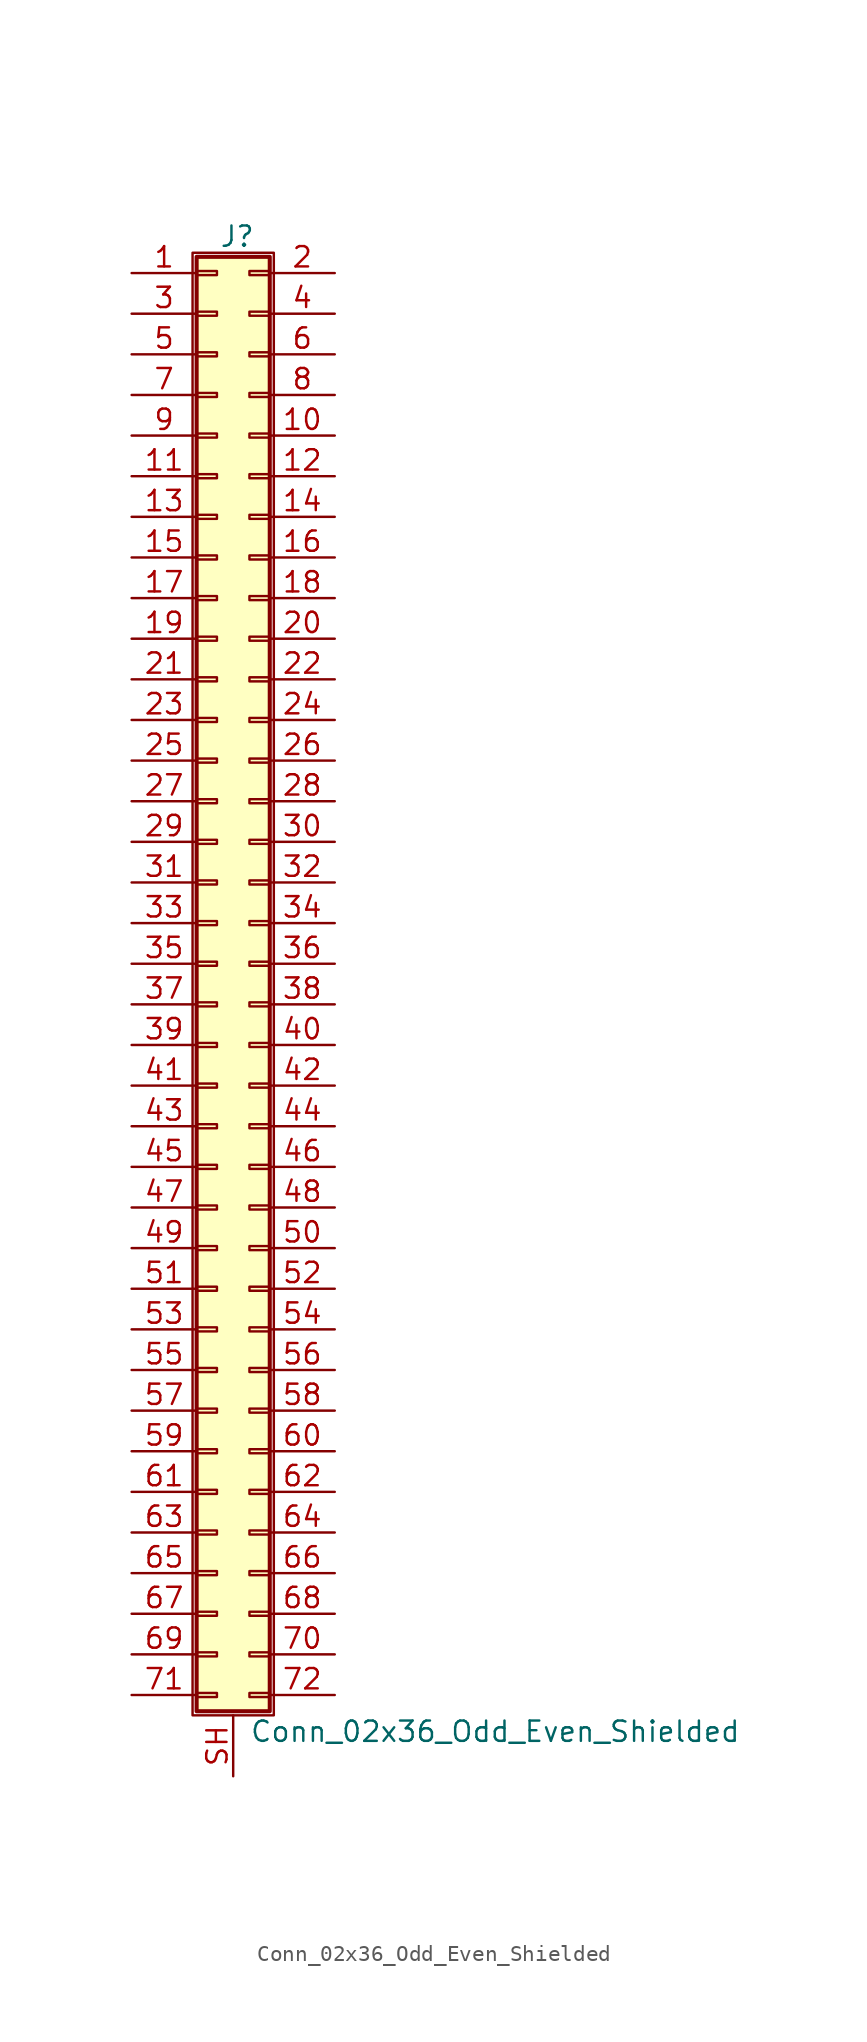
<source format=kicad_sym>
(kicad_symbol_lib
  (version 20201005)
  (generator kicad_symbol_editor)
  (symbol "Conn_02x36_Odd_Even_Shielded"
    (pin_names
      (offset 1.016) hide)
    (property "Reference" "J"
      (at 1.524 45.466 0)
      (effects (font (size 1.27 1.27))))
    (property "Value" "Conn_02x36_Odd_Even_Shielded"
      (at 2.286 -48.006 0)
      (effects (font (size 1.27 1.27)) (justify left)))
    (symbol "Conn_02x36_Odd_Even_Shielded_1_1"
      (rectangle (start -1.27 44.45) (end 3.81 -46.99) (stroke (width 0.152)) (fill (type none)))
      (rectangle (start -1.016 -45.593) (end 0.254 -45.847) (stroke (width 0.152)) (fill (type none)))
      (rectangle (start -1.016 -43.053) (end 0.254 -43.307) (stroke (width 0.152)) (fill (type none)))
      (rectangle (start -1.016 -40.513) (end 0.254 -40.767) (stroke (width 0.152)) (fill (type none)))
      (rectangle (start -1.016 -37.973) (end 0.254 -38.227) (stroke (width 0.152)) (fill (type none)))
      (rectangle (start -1.016 -35.433) (end 0.254 -35.687) (stroke (width 0.152)) (fill (type none)))
      (rectangle (start -1.016 -32.893) (end 0.254 -33.147) (stroke (width 0.152)) (fill (type none)))
      (rectangle (start -1.016 -30.353) (end 0.254 -30.607) (stroke (width 0.152)) (fill (type none)))
      (rectangle (start -1.016 -27.813) (end 0.254 -28.067) (stroke (width 0.152)) (fill (type none)))
      (rectangle (start -1.016 -25.273) (end 0.254 -25.527) (stroke (width 0.152)) (fill (type none)))
      (rectangle (start -1.016 -22.733) (end 0.254 -22.987) (stroke (width 0.152)) (fill (type none)))
      (rectangle (start -1.016 -20.193) (end 0.254 -20.447) (stroke (width 0.152)) (fill (type none)))
      (rectangle (start -1.016 -17.653) (end 0.254 -17.907) (stroke (width 0.152)) (fill (type none)))
      (rectangle (start -1.016 -15.113) (end 0.254 -15.367) (stroke (width 0.152)) (fill (type none)))
      (rectangle (start -1.016 -12.573) (end 0.254 -12.827) (stroke (width 0.152)) (fill (type none)))
      (rectangle (start -1.016 -10.033) (end 0.254 -10.287) (stroke (width 0.152)) (fill (type none)))
      (rectangle (start -1.016 -7.493) (end 0.254 -7.747) (stroke (width 0.152)) (fill (type none)))
      (rectangle (start -1.016 -4.953) (end 0.254 -5.207) (stroke (width 0.152)) (fill (type none)))
      (rectangle (start -1.016 -2.413) (end 0.254 -2.667) (stroke (width 0.152)) (fill (type none)))
      (rectangle (start -1.016 0.127) (end 0.254 -0.127) (stroke (width 0.152)) (fill (type none)))
      (rectangle (start -1.016 2.667) (end 0.254 2.413) (stroke (width 0.152)) (fill (type none)))
      (rectangle (start -1.016 5.207) (end 0.254 4.953) (stroke (width 0.152)) (fill (type none)))
      (rectangle (start -1.016 7.747) (end 0.254 7.493) (stroke (width 0.152)) (fill (type none)))
      (rectangle (start -1.016 10.287) (end 0.254 10.033) (stroke (width 0.152)) (fill (type none)))
      (rectangle (start -1.016 12.827) (end 0.254 12.573) (stroke (width 0.152)) (fill (type none)))
      (rectangle (start -1.016 15.367) (end 0.254 15.113) (stroke (width 0.152)) (fill (type none)))
      (rectangle (start -1.016 17.907) (end 0.254 17.653) (stroke (width 0.152)) (fill (type none)))
      (rectangle (start -1.016 20.447) (end 0.254 20.193) (stroke (width 0.152)) (fill (type none)))
      (rectangle (start -1.016 22.987) (end 0.254 22.733) (stroke (width 0.152)) (fill (type none)))
      (rectangle (start -1.016 25.527) (end 0.254 25.273) (stroke (width 0.152)) (fill (type none)))
      (rectangle (start -1.016 28.067) (end 0.254 27.813) (stroke (width 0.152)) (fill (type none)))
      (rectangle (start -1.016 30.607) (end 0.254 30.353) (stroke (width 0.152)) (fill (type none)))
      (rectangle (start -1.016 33.147) (end 0.254 32.893) (stroke (width 0.152)) (fill (type none)))
      (rectangle (start -1.016 35.687) (end 0.254 35.433) (stroke (width 0.152)) (fill (type none)))
      (rectangle (start -1.016 38.227) (end 0.254 37.973) (stroke (width 0.152)) (fill (type none)))
      (rectangle (start -1.016 40.767) (end 0.254 40.513) (stroke (width 0.152)) (fill (type none)))
      (rectangle (start -1.016 43.307) (end 0.254 43.053) (stroke (width 0.152)) (fill (type none)))
      (rectangle (start -1.016 44.196) (end 3.556 -46.736) (stroke (width 0.254)) (fill (type background)))
      (rectangle (start 3.556 -45.593) (end 2.286 -45.847) (stroke (width 0.152)) (fill (type none)))
      (rectangle (start 3.556 -43.053) (end 2.286 -43.307) (stroke (width 0.152)) (fill (type none)))
      (rectangle (start 3.556 -40.513) (end 2.286 -40.767) (stroke (width 0.152)) (fill (type none)))
      (rectangle (start 3.556 -37.973) (end 2.286 -38.227) (stroke (width 0.152)) (fill (type none)))
      (rectangle (start 3.556 -35.433) (end 2.286 -35.687) (stroke (width 0.152)) (fill (type none)))
      (rectangle (start 3.556 -32.893) (end 2.286 -33.147) (stroke (width 0.152)) (fill (type none)))
      (rectangle (start 3.556 -30.353) (end 2.286 -30.607) (stroke (width 0.152)) (fill (type none)))
      (rectangle (start 3.556 -27.813) (end 2.286 -28.067) (stroke (width 0.152)) (fill (type none)))
      (rectangle (start 3.556 -25.273) (end 2.286 -25.527) (stroke (width 0.152)) (fill (type none)))
      (rectangle (start 3.556 -22.733) (end 2.286 -22.987) (stroke (width 0.152)) (fill (type none)))
      (rectangle (start 3.556 -20.193) (end 2.286 -20.447) (stroke (width 0.152)) (fill (type none)))
      (rectangle (start 3.556 -17.653) (end 2.286 -17.907) (stroke (width 0.152)) (fill (type none)))
      (rectangle (start 3.556 -15.113) (end 2.286 -15.367) (stroke (width 0.152)) (fill (type none)))
      (rectangle (start 3.556 -12.573) (end 2.286 -12.827) (stroke (width 0.152)) (fill (type none)))
      (rectangle (start 3.556 -10.033) (end 2.286 -10.287) (stroke (width 0.152)) (fill (type none)))
      (rectangle (start 3.556 -7.493) (end 2.286 -7.747) (stroke (width 0.152)) (fill (type none)))
      (rectangle (start 3.556 -4.953) (end 2.286 -5.207) (stroke (width 0.152)) (fill (type none)))
      (rectangle (start 3.556 -2.413) (end 2.286 -2.667) (stroke (width 0.152)) (fill (type none)))
      (rectangle (start 3.556 0.127) (end 2.286 -0.127) (stroke (width 0.152)) (fill (type none)))
      (rectangle (start 3.556 2.667) (end 2.286 2.413) (stroke (width 0.152)) (fill (type none)))
      (rectangle (start 3.556 5.207) (end 2.286 4.953) (stroke (width 0.152)) (fill (type none)))
      (rectangle (start 3.556 7.747) (end 2.286 7.493) (stroke (width 0.152)) (fill (type none)))
      (rectangle (start 3.556 10.287) (end 2.286 10.033) (stroke (width 0.152)) (fill (type none)))
      (rectangle (start 3.556 12.827) (end 2.286 12.573) (stroke (width 0.152)) (fill (type none)))
      (rectangle (start 3.556 15.367) (end 2.286 15.113) (stroke (width 0.152)) (fill (type none)))
      (rectangle (start 3.556 17.907) (end 2.286 17.653) (stroke (width 0.152)) (fill (type none)))
      (rectangle (start 3.556 20.447) (end 2.286 20.193) (stroke (width 0.152)) (fill (type none)))
      (rectangle (start 3.556 22.987) (end 2.286 22.733) (stroke (width 0.152)) (fill (type none)))
      (rectangle (start 3.556 25.527) (end 2.286 25.273) (stroke (width 0.152)) (fill (type none)))
      (rectangle (start 3.556 28.067) (end 2.286 27.813) (stroke (width 0.152)) (fill (type none)))
      (rectangle (start 3.556 30.607) (end 2.286 30.353) (stroke (width 0.152)) (fill (type none)))
      (rectangle (start 3.556 33.147) (end 2.286 32.893) (stroke (width 0.152)) (fill (type none)))
      (rectangle (start 3.556 35.687) (end 2.286 35.433) (stroke (width 0.152)) (fill (type none)))
      (rectangle (start 3.556 38.227) (end 2.286 37.973) (stroke (width 0.152)) (fill (type none)))
      (rectangle (start 3.556 40.767) (end 2.286 40.513) (stroke (width 0.152)) (fill (type none)))
      (rectangle (start 3.556 43.307) (end 2.286 43.053) (stroke (width 0.152)) (fill (type none)))
      (pin passive line (at -5.08 43.18 0) (length 4.064) (name "Pin_1" (effects (font (size 1.27 1.27)))) (number "1" (effects (font (size 1.27 1.27)))))
      (pin passive line (at 7.62 33.02 180) (length 4.064) (name "Pin_10" (effects (font (size 1.27 1.27)))) (number "10" (effects (font (size 1.27 1.27)))))
      (pin passive line (at -5.08 30.48 0) (length 4.064) (name "Pin_11" (effects (font (size 1.27 1.27)))) (number "11" (effects (font (size 1.27 1.27)))))
      (pin passive line (at 7.62 30.48 180) (length 4.064) (name "Pin_12" (effects (font (size 1.27 1.27)))) (number "12" (effects (font (size 1.27 1.27)))))
      (pin passive line (at -5.08 27.94 0) (length 4.064) (name "Pin_13" (effects (font (size 1.27 1.27)))) (number "13" (effects (font (size 1.27 1.27)))))
      (pin passive line (at 7.62 27.94 180) (length 4.064) (name "Pin_14" (effects (font (size 1.27 1.27)))) (number "14" (effects (font (size 1.27 1.27)))))
      (pin passive line (at -5.08 25.4 0) (length 4.064) (name "Pin_15" (effects (font (size 1.27 1.27)))) (number "15" (effects (font (size 1.27 1.27)))))
      (pin passive line (at 7.62 25.4 180) (length 4.064) (name "Pin_16" (effects (font (size 1.27 1.27)))) (number "16" (effects (font (size 1.27 1.27)))))
      (pin passive line (at -5.08 22.86 0) (length 4.064) (name "Pin_17" (effects (font (size 1.27 1.27)))) (number "17" (effects (font (size 1.27 1.27)))))
      (pin passive line (at 7.62 22.86 180) (length 4.064) (name "Pin_18" (effects (font (size 1.27 1.27)))) (number "18" (effects (font (size 1.27 1.27)))))
      (pin passive line (at -5.08 20.32 0) (length 4.064) (name "Pin_19" (effects (font (size 1.27 1.27)))) (number "19" (effects (font (size 1.27 1.27)))))
      (pin passive line (at 7.62 43.18 180) (length 4.064) (name "Pin_2" (effects (font (size 1.27 1.27)))) (number "2" (effects (font (size 1.27 1.27)))))
      (pin passive line (at 7.62 20.32 180) (length 4.064) (name "Pin_20" (effects (font (size 1.27 1.27)))) (number "20" (effects (font (size 1.27 1.27)))))
      (pin passive line (at -5.08 17.78 0) (length 4.064) (name "Pin_21" (effects (font (size 1.27 1.27)))) (number "21" (effects (font (size 1.27 1.27)))))
      (pin passive line (at 7.62 17.78 180) (length 4.064) (name "Pin_22" (effects (font (size 1.27 1.27)))) (number "22" (effects (font (size 1.27 1.27)))))
      (pin passive line (at -5.08 15.24 0) (length 4.064) (name "Pin_23" (effects (font (size 1.27 1.27)))) (number "23" (effects (font (size 1.27 1.27)))))
      (pin passive line (at 7.62 15.24 180) (length 4.064) (name "Pin_24" (effects (font (size 1.27 1.27)))) (number "24" (effects (font (size 1.27 1.27)))))
      (pin passive line (at -5.08 12.7 0) (length 4.064) (name "Pin_25" (effects (font (size 1.27 1.27)))) (number "25" (effects (font (size 1.27 1.27)))))
      (pin passive line (at 7.62 12.7 180) (length 4.064) (name "Pin_26" (effects (font (size 1.27 1.27)))) (number "26" (effects (font (size 1.27 1.27)))))
      (pin passive line (at -5.08 10.16 0) (length 4.064) (name "Pin_27" (effects (font (size 1.27 1.27)))) (number "27" (effects (font (size 1.27 1.27)))))
      (pin passive line (at 7.62 10.16 180) (length 4.064) (name "Pin_28" (effects (font (size 1.27 1.27)))) (number "28" (effects (font (size 1.27 1.27)))))
      (pin passive line (at -5.08 7.62 0) (length 4.064) (name "Pin_29" (effects (font (size 1.27 1.27)))) (number "29" (effects (font (size 1.27 1.27)))))
      (pin passive line (at -5.08 40.64 0) (length 4.064) (name "Pin_3" (effects (font (size 1.27 1.27)))) (number "3" (effects (font (size 1.27 1.27)))))
      (pin passive line (at 7.62 7.62 180) (length 4.064) (name "Pin_30" (effects (font (size 1.27 1.27)))) (number "30" (effects (font (size 1.27 1.27)))))
      (pin passive line (at -5.08 5.08 0) (length 4.064) (name "Pin_31" (effects (font (size 1.27 1.27)))) (number "31" (effects (font (size 1.27 1.27)))))
      (pin passive line (at 7.62 5.08 180) (length 4.064) (name "Pin_32" (effects (font (size 1.27 1.27)))) (number "32" (effects (font (size 1.27 1.27)))))
      (pin passive line (at -5.08 2.54 0) (length 4.064) (name "Pin_33" (effects (font (size 1.27 1.27)))) (number "33" (effects (font (size 1.27 1.27)))))
      (pin passive line (at 7.62 2.54 180) (length 4.064) (name "Pin_34" (effects (font (size 1.27 1.27)))) (number "34" (effects (font (size 1.27 1.27)))))
      (pin passive line (at -5.08 0 0) (length 4.064) (name "Pin_35" (effects (font (size 1.27 1.27)))) (number "35" (effects (font (size 1.27 1.27)))))
      (pin passive line (at 7.62 0 180) (length 4.064) (name "Pin_36" (effects (font (size 1.27 1.27)))) (number "36" (effects (font (size 1.27 1.27)))))
      (pin passive line (at -5.08 -2.54 0) (length 4.064) (name "Pin_37" (effects (font (size 1.27 1.27)))) (number "37" (effects (font (size 1.27 1.27)))))
      (pin passive line (at 7.62 -2.54 180) (length 4.064) (name "Pin_38" (effects (font (size 1.27 1.27)))) (number "38" (effects (font (size 1.27 1.27)))))
      (pin passive line (at -5.08 -5.08 0) (length 4.064) (name "Pin_39" (effects (font (size 1.27 1.27)))) (number "39" (effects (font (size 1.27 1.27)))))
      (pin passive line (at 7.62 40.64 180) (length 4.064) (name "Pin_4" (effects (font (size 1.27 1.27)))) (number "4" (effects (font (size 1.27 1.27)))))
      (pin passive line (at 7.62 -5.08 180) (length 4.064) (name "Pin_40" (effects (font (size 1.27 1.27)))) (number "40" (effects (font (size 1.27 1.27)))))
      (pin passive line (at -5.08 -7.62 0) (length 4.064) (name "Pin_41" (effects (font (size 1.27 1.27)))) (number "41" (effects (font (size 1.27 1.27)))))
      (pin passive line (at 7.62 -7.62 180) (length 4.064) (name "Pin_42" (effects (font (size 1.27 1.27)))) (number "42" (effects (font (size 1.27 1.27)))))
      (pin passive line (at -5.08 -10.16 0) (length 4.064) (name "Pin_43" (effects (font (size 1.27 1.27)))) (number "43" (effects (font (size 1.27 1.27)))))
      (pin passive line (at 7.62 -10.16 180) (length 4.064) (name "Pin_44" (effects (font (size 1.27 1.27)))) (number "44" (effects (font (size 1.27 1.27)))))
      (pin passive line (at -5.08 -12.7 0) (length 4.064) (name "Pin_45" (effects (font (size 1.27 1.27)))) (number "45" (effects (font (size 1.27 1.27)))))
      (pin passive line (at 7.62 -12.7 180) (length 4.064) (name "Pin_46" (effects (font (size 1.27 1.27)))) (number "46" (effects (font (size 1.27 1.27)))))
      (pin passive line (at -5.08 -15.24 0) (length 4.064) (name "Pin_47" (effects (font (size 1.27 1.27)))) (number "47" (effects (font (size 1.27 1.27)))))
      (pin passive line (at 7.62 -15.24 180) (length 4.064) (name "Pin_48" (effects (font (size 1.27 1.27)))) (number "48" (effects (font (size 1.27 1.27)))))
      (pin passive line (at -5.08 -17.78 0) (length 4.064) (name "Pin_49" (effects (font (size 1.27 1.27)))) (number "49" (effects (font (size 1.27 1.27)))))
      (pin passive line (at -5.08 38.1 0) (length 4.064) (name "Pin_5" (effects (font (size 1.27 1.27)))) (number "5" (effects (font (size 1.27 1.27)))))
      (pin passive line (at 7.62 -17.78 180) (length 4.064) (name "Pin_50" (effects (font (size 1.27 1.27)))) (number "50" (effects (font (size 1.27 1.27)))))
      (pin passive line (at -5.08 -20.32 0) (length 4.064) (name "Pin_51" (effects (font (size 1.27 1.27)))) (number "51" (effects (font (size 1.27 1.27)))))
      (pin passive line (at 7.62 -20.32 180) (length 4.064) (name "Pin_52" (effects (font (size 1.27 1.27)))) (number "52" (effects (font (size 1.27 1.27)))))
      (pin passive line (at -5.08 -22.86 0) (length 4.064) (name "Pin_53" (effects (font (size 1.27 1.27)))) (number "53" (effects (font (size 1.27 1.27)))))
      (pin passive line (at 7.62 -22.86 180) (length 4.064) (name "Pin_54" (effects (font (size 1.27 1.27)))) (number "54" (effects (font (size 1.27 1.27)))))
      (pin passive line (at -5.08 -25.4 0) (length 4.064) (name "Pin_55" (effects (font (size 1.27 1.27)))) (number "55" (effects (font (size 1.27 1.27)))))
      (pin passive line (at 7.62 -25.4 180) (length 4.064) (name "Pin_56" (effects (font (size 1.27 1.27)))) (number "56" (effects (font (size 1.27 1.27)))))
      (pin passive line (at -5.08 -27.94 0) (length 4.064) (name "Pin_57" (effects (font (size 1.27 1.27)))) (number "57" (effects (font (size 1.27 1.27)))))
      (pin passive line (at 7.62 -27.94 180) (length 4.064) (name "Pin_58" (effects (font (size 1.27 1.27)))) (number "58" (effects (font (size 1.27 1.27)))))
      (pin passive line (at -5.08 -30.48 0) (length 4.064) (name "Pin_59" (effects (font (size 1.27 1.27)))) (number "59" (effects (font (size 1.27 1.27)))))
      (pin passive line (at 7.62 38.1 180) (length 4.064) (name "Pin_6" (effects (font (size 1.27 1.27)))) (number "6" (effects (font (size 1.27 1.27)))))
      (pin passive line (at 7.62 -30.48 180) (length 4.064) (name "Pin_60" (effects (font (size 1.27 1.27)))) (number "60" (effects (font (size 1.27 1.27)))))
      (pin passive line (at -5.08 -33.02 0) (length 4.064) (name "Pin_61" (effects (font (size 1.27 1.27)))) (number "61" (effects (font (size 1.27 1.27)))))
      (pin passive line (at 7.62 -33.02 180) (length 4.064) (name "Pin_62" (effects (font (size 1.27 1.27)))) (number "62" (effects (font (size 1.27 1.27)))))
      (pin passive line (at -5.08 -35.56 0) (length 4.064) (name "Pin_63" (effects (font (size 1.27 1.27)))) (number "63" (effects (font (size 1.27 1.27)))))
      (pin passive line (at 7.62 -35.56 180) (length 4.064) (name "Pin_64" (effects (font (size 1.27 1.27)))) (number "64" (effects (font (size 1.27 1.27)))))
      (pin passive line (at -5.08 -38.1 0) (length 4.064) (name "Pin_65" (effects (font (size 1.27 1.27)))) (number "65" (effects (font (size 1.27 1.27)))))
      (pin passive line (at 7.62 -38.1 180) (length 4.064) (name "Pin_66" (effects (font (size 1.27 1.27)))) (number "66" (effects (font (size 1.27 1.27)))))
      (pin passive line (at -5.08 -40.64 0) (length 4.064) (name "Pin_67" (effects (font (size 1.27 1.27)))) (number "67" (effects (font (size 1.27 1.27)))))
      (pin passive line (at 7.62 -40.64 180) (length 4.064) (name "Pin_68" (effects (font (size 1.27 1.27)))) (number "68" (effects (font (size 1.27 1.27)))))
      (pin passive line (at -5.08 -43.18 0) (length 4.064) (name "Pin_69" (effects (font (size 1.27 1.27)))) (number "69" (effects (font (size 1.27 1.27)))))
      (pin passive line (at -5.08 35.56 0) (length 4.064) (name "Pin_7" (effects (font (size 1.27 1.27)))) (number "7" (effects (font (size 1.27 1.27)))))
      (pin passive line (at 7.62 -43.18 180) (length 4.064) (name "Pin_70" (effects (font (size 1.27 1.27)))) (number "70" (effects (font (size 1.27 1.27)))))
      (pin passive line (at -5.08 -45.72 0) (length 4.064) (name "Pin_71" (effects (font (size 1.27 1.27)))) (number "71" (effects (font (size 1.27 1.27)))))
      (pin passive line (at 7.62 -45.72 180) (length 4.064) (name "Pin_72" (effects (font (size 1.27 1.27)))) (number "72" (effects (font (size 1.27 1.27)))))
      (pin passive line (at 7.62 35.56 180) (length 4.064) (name "Pin_8" (effects (font (size 1.27 1.27)))) (number "8" (effects (font (size 1.27 1.27)))))
      (pin passive line (at -5.08 33.02 0) (length 4.064) (name "Pin_9" (effects (font (size 1.27 1.27)))) (number "9" (effects (font (size 1.27 1.27)))))
      (pin passive line (at 1.27 -50.8 90) (length 3.81) (name "Shield" (effects (font (size 1.27 1.27)))) (number "SH" (effects (font (size 1.27 1.27))))))))
</source>
